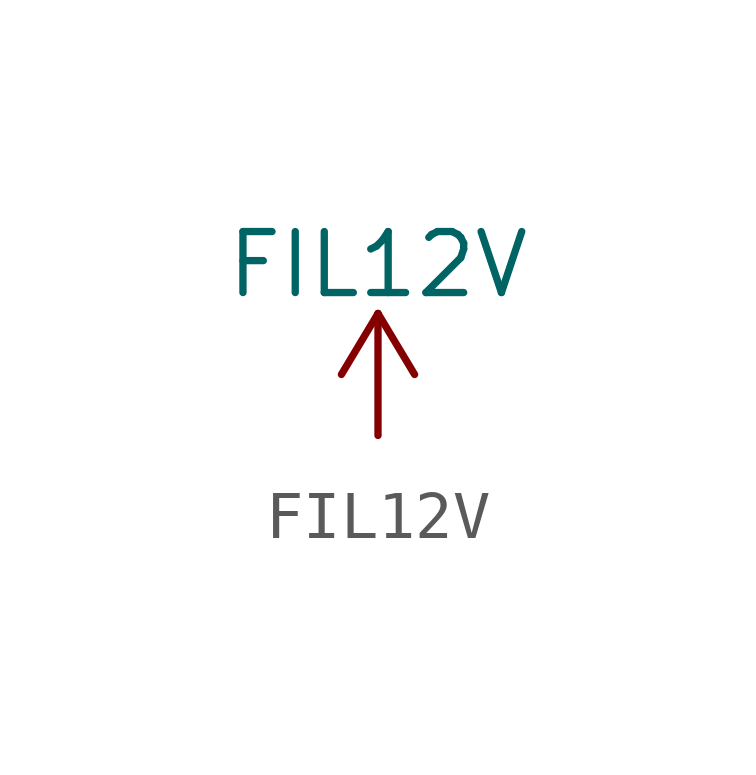
<source format=kicad_sym>
(kicad_symbol_lib
  (version 20220914)
  (generator kicad_symbol_editor)
  (symbol "FIL12V"
    (power)
    (property "Reference" "#PWR?"
      (at -3.302 -2.54 0)
      (effects (font (size 1.27 1.27)) hide))
    (property "Value" "FIL12V"
      (at 0 3.556 0)
      (effects (font (size 1.27 1.27))))
    (symbol "FIL12V_0_1"
      (polyline (pts (xy -0.762 1.27) (xy 0 2.54)) (stroke (width 0) (type default)) (fill (type none)))
      (polyline (pts (xy 0 0) (xy 0 2.54)) (stroke (width 0) (type default)) (fill (type none)))
      (polyline (pts (xy 0 2.54) (xy 0.762 1.27)) (stroke (width 0) (type default)) (fill (type none))))
    (symbol "FIL12V_1_1"
      (pin power_in line (at 0 0 90) (length 2.54) hide (name "FIL12V" (effects (font (size 1.27 1.27)))) (number "1" (effects (font (size 1.27 1.27))))))))
</source>
